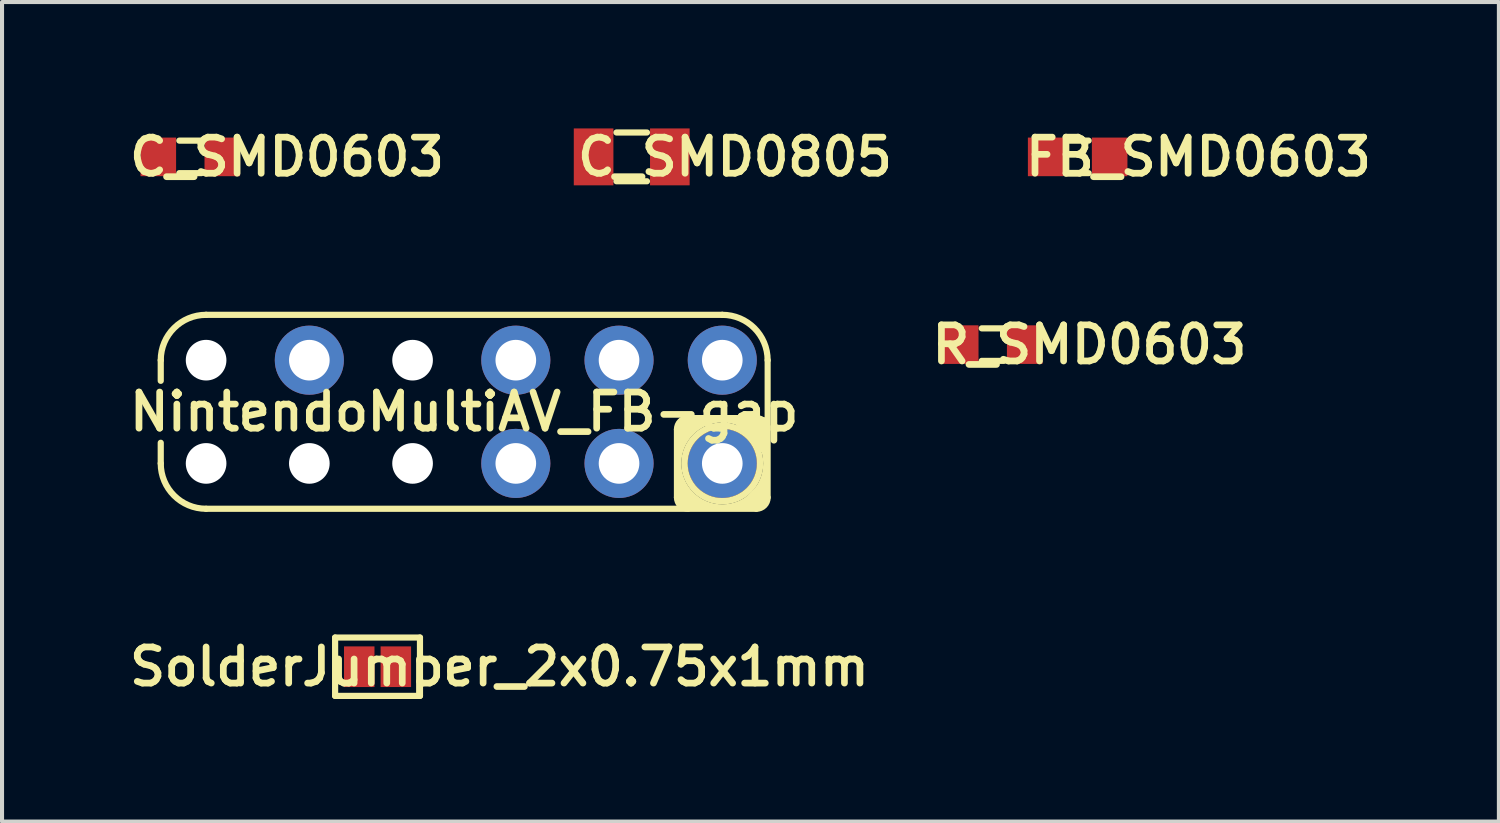
<source format=kicad_pcb>
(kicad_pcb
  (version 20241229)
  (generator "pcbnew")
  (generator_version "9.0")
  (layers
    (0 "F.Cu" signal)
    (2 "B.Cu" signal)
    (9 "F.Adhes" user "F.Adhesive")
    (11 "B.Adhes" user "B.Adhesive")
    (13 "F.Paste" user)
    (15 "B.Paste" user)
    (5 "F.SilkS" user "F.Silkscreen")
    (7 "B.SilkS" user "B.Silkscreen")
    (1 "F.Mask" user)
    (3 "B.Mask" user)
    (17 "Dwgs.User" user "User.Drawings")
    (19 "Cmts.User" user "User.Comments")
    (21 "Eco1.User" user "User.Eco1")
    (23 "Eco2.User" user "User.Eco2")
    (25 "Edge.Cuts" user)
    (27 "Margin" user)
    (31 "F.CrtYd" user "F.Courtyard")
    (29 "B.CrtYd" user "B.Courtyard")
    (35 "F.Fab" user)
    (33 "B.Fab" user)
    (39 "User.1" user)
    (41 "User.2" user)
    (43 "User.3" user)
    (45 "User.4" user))
  (footprint "C_SMD0603"
    (layer "F.Cu")
    (at 1.632 0.81)
    (property "Reference" "C_SMD0603" (at 2.379 0 0) (layer "F.SilkS") (effects (font (size 0.889 0.889) (thickness 0.165))))
    (attr smd)
    (fp_line (start -0.27 -0.4) (end 0.27 -0.4) (stroke (width 0.152) (type solid)) (layer "F.SilkS"))
    (fp_line (start -0.27 0.4) (end 0.27 0.4) (stroke (width 0.152) (type solid)) (layer "F.SilkS"))
    (pad "1" smd rect (at -0.787 0) (size 0.875 0.95) (layers "F.Cu" "F.Mask" "F.Paste"))
    (pad "2" smd rect (at 0.787 0) (size 0.875 0.95) (layers "F.Cu" "F.Mask" "F.Paste")))
  (footprint "R_SMD0603"
    (layer "F.Cu")
    (at 21.375 5.429)
    (property "Reference" "R_SMD0603" (at 2.379 0 0) (layer "F.SilkS") (effects (font (size 0.889 0.889) (thickness 0.165))))
    (attr smd)
    (fp_line (start -0.27 -0.4) (end 0.27 -0.4) (stroke (width 0.152) (type solid)) (layer "F.SilkS"))
    (fp_line (start -0.27 0.4) (end 0.27 0.4) (stroke (width 0.152) (type solid)) (layer "F.SilkS"))
    (pad "1" smd rect (at -0.787 0) (size 0.875 0.95) (layers "F.Cu" "F.Mask" "F.Paste"))
    (pad "2" smd rect (at 0.787 0) (size 0.875 0.95) (layers "F.Cu" "F.Mask" "F.Paste")))
  (footprint "FB_SMD0603"
    (layer "F.Cu")
    (at 23.465 0.81)
    (property "Reference" "FB_SMD0603" (at 2.972 0 0) (layer "F.SilkS") (effects (font (size 0.889 0.889) (thickness 0.165))))
    (attr smd)
    (fp_line (start -0.27 -0.4) (end 0.27 -0.4) (stroke (width 0.152) (type solid)) (layer "F.SilkS"))
    (fp_line (start -0.27 0.4) (end 0.27 0.4) (stroke (width 0.152) (type solid)) (layer "F.SilkS"))
    (pad "1" smd rect (at -0.787 0) (size 0.875 0.95) (layers "F.Cu" "F.Mask" "F.Paste"))
    (pad "2" smd rect (at 0.787 0) (size 0.875 0.95) (layers "F.Cu" "F.Mask" "F.Paste")))
  (footprint "SolderJumper_2x0.75x1mm"
    (layer "F.Cu")
    (at 6.239 13.354)
    (property "Reference" "SolderJumper_2x0.75x1mm" (at 3 0 0) (layer "F.SilkS") (effects (font (size 0.889 0.889) (thickness 0.165))))
    (attr through_hole)
    (fp_line (start -1.044 -0.718) (end -1.044 0.718) (stroke (width 0.152) (type solid)) (layer "F.SilkS"))
    (fp_line (start -1.044 -0.718) (end 1.044 -0.718) (stroke (width 0.152) (type solid)) (layer "F.SilkS"))
    (fp_line (start -1.044 0.718) (end 1.044 0.718) (stroke (width 0.152) (type solid)) (layer "F.SilkS"))
    (fp_line (start 1.044 -0.718) (end 1.044 0.718) (stroke (width 0.152) (type solid)) (layer "F.SilkS"))
    (pad "1" smd rect (at -0.45 0) (size 0.75 1) (layers "F.Cu" "F.Mask"))
    (pad "2" smd rect (at 0.45 0) (size 0.75 1) (layers "F.Cu" "F.Mask")))
  (footprint "NintendoMultiAV_FB-gap"
    (layer "F.Cu")
    (at 8.371 7.082)
    (property "Reference" "NintendoMultiAV_FB-gap" (at 0 0 180) (layer "F.SilkS") (effects (font (size 0.889 0.889) (thickness 0.165))))
    (attr through_hole)
    (fp_line (start -7.466 -1.27) (end -7.466 -0.762) (stroke (width 0.152) (type solid)) (layer "F.SilkS"))
    (fp_line (start -7.466 0.762) (end -7.466 1.27) (stroke (width 0.152) (type solid)) (layer "F.SilkS"))
    (fp_line (start -6.35 -2.386) (end 6.35 -2.386) (stroke (width 0.152) (type solid)) (layer "F.SilkS"))
    (fp_line (start -6.35 2.386) (end 7.188 2.386) (stroke (width 0.152) (type solid)) (layer "F.SilkS"))
    (fp_line (start 5.234 2.108) (end 5.234 0.432) (stroke (width 0.15) (type solid)) (layer "F.SilkS"))
    (fp_line (start 5.512 0.154) (end 7.214 0.154) (stroke (width 0.15) (type solid)) (layer "F.SilkS"))
    (fp_line (start 7.466 -1.27) (end 7.466 2.108) (stroke (width 0.15) (type solid)) (layer "F.SilkS"))
    (fp_arc (start -7.466 -1.27) (mid -7.139131 -2.059131) (end -6.35 -2.386) (stroke (width 0.1524) (type solid)) (layer "F.SilkS"))
    (fp_arc (start -6.35 2.386) (mid -7.139131 2.059131) (end -7.466 1.27) (stroke (width 0.1524) (type solid)) (layer "F.SilkS"))
    (fp_arc (start 5.234 0.4318) (mid 5.315366 0.235366) (end 5.5118 0.154) (stroke (width 0.15) (type solid)) (layer "F.SilkS"))
    (fp_arc (start 5.5118 2.386) (mid 5.315366 2.304634) (end 5.234 2.1082) (stroke (width 0.15) (type solid)) (layer "F.SilkS"))
    (fp_arc (start 6.35 -2.386) (mid 7.139131 -2.059131) (end 7.466 -1.27) (stroke (width 0.1524) (type solid)) (layer "F.SilkS"))
    (fp_arc (start 7.1882 0.154) (mid 7.384634 0.235366) (end 7.466 0.4318) (stroke (width 0.15) (type solid)) (layer "F.SilkS"))
    (fp_arc (start 7.466 2.1082) (mid 7.384634 2.304634) (end 7.1882 2.386) (stroke (width 0.1524) (type solid)) (layer "F.SilkS"))
    (fp_circle (center 6.35 1.27) (end 6.35 2.2) (stroke (width 0.16) (type solid)) (fill no) (layer "F.SilkS"))
    (fp_circle (center 6.35 1.27) (end 6.35 2.356) (stroke (width 0.16) (type solid)) (fill no) (layer "F.SilkS"))
    (fp_poly (pts (xy 7.42 1.71) (xy 7.41 2.15) (xy 7.32 2.32) (xy 7.16 2.36) (xy 6.82 2.33)) (stroke (width 0.15) (type solid)) (fill yes) (layer "F.SilkS"))
    (fp_poly (pts (xy 6.68 0.18) (xy 6.8 0.16) (xy 7.32 0.92) (xy 7.43 0.8) (xy 7.43 0.21) (xy 7.4 0.21)) (stroke (width 0.15) (type solid)) (fill yes) (layer "F.SilkS"))
    (fp_poly (pts (xy 5.3 1.77) (xy 5.29 1.91) (xy 5.29 2.1) (xy 5.31 2.22) (xy 5.35 2.27) (xy 5.41 2.31) (xy 5.5 2.33) (xy 5.85 2.32)) (stroke (width 0.15) (type solid)) (fill yes) (layer "F.SilkS"))
    (fp_poly (pts (xy 5.87 0.23) (xy 5.74 0.29) (xy 5.65 0.34) (xy 5.58 0.44) (xy 5.45 0.58) (xy 5.39 0.68) (xy 5.35 0.76) (xy 5.29 0.77) (xy 5.29 0.63) (xy 5.27 0.5) (xy 5.3 0.34) (xy 5.34 0.23) (xy 5.41 0.18) (xy 5.83 0.2)) (stroke (width 0.15) (type solid)) (fill yes) (layer "F.SilkS"))
    (pad "" np_thru_hole circle (at -6.35 -1.27) (size 1 1) (drill 1) (layers "*.Cu" "*.Mask"))
    (pad "" np_thru_hole circle (at -6.35 1.27) (size 1 1) (drill 1) (layers "*.Cu" "*.Mask"))
    (pad "" np_thru_hole oval (at -3.81 1.27) (size 1 1) (drill 1) (layers "*.Cu" "*.Mask"))
    (pad "" np_thru_hole circle (at -1.27 -1.27) (size 1 1) (drill 1) (layers "*.Cu" "*.Mask"))
    (pad "" np_thru_hole oval (at -1.27 1.27) (size 1 1) (drill 1) (layers "*.Cu" "*.Mask"))
    (pad "1" thru_hole circle (at 6.35 1.27) (size 1.7 1.7) (drill 1) (layers "*.Cu" "*.Mask"))
    (pad "2" thru_hole circle (at 6.35 -1.27) (size 1.7 1.7) (drill 1) (layers "*.Cu" "*.Mask"))
    (pad "3" thru_hole oval (at 3.81 1.27) (size 1.7 1.7) (drill 1) (layers "*.Cu" "*.Mask"))
    (pad "4" thru_hole oval (at 3.81 -1.27) (size 1.7 1.7) (drill 1) (layers "*.Cu" "*.Mask"))
    (pad "5" thru_hole oval (at 1.27 1.27) (size 1.7 1.7) (drill 1) (layers "*.Cu" "*.Mask"))
    (pad "6" thru_hole oval (at 1.27 -1.27) (size 1.7 1.7) (drill 1) (layers "*.Cu" "*.Mask"))
    (pad "10" thru_hole oval (at -3.81 -1.27) (size 1.7 1.7) (drill 1) (layers "*.Cu" "*.Mask")))
  (footprint "C_SMD0805"
    (layer "F.Cu")
    (at 12.493 0.81)
    (property "Reference" "C_SMD0805" (at 2.54 0 180) (layer "F.SilkS") (effects (font (size 0.889 0.889) (thickness 0.165))))
    (attr smd)
    (fp_line (start -0.375 -0.6) (end 0.375 -0.6) (stroke (width 0.152) (type solid)) (layer "F.SilkS"))
    (fp_line (start -0.375 0.6) (end 0.375 0.6) (stroke (width 0.152) (type solid)) (layer "F.SilkS"))
    (pad "1" smd rect (at -0.938 0) (size 0.975 1.4) (layers "F.Cu" "F.Mask" "F.Paste"))
    (pad "2" smd rect (at 0.938 0) (size 0.975 1.4) (layers "F.Cu" "F.Mask" "F.Paste")))
  (gr_rect
    (start -3 -3)
    (end 33.829 17.164)
    (stroke (width 0.1) (type default))
    (fill no)
    (layer "Edge.Cuts")))
</source>
